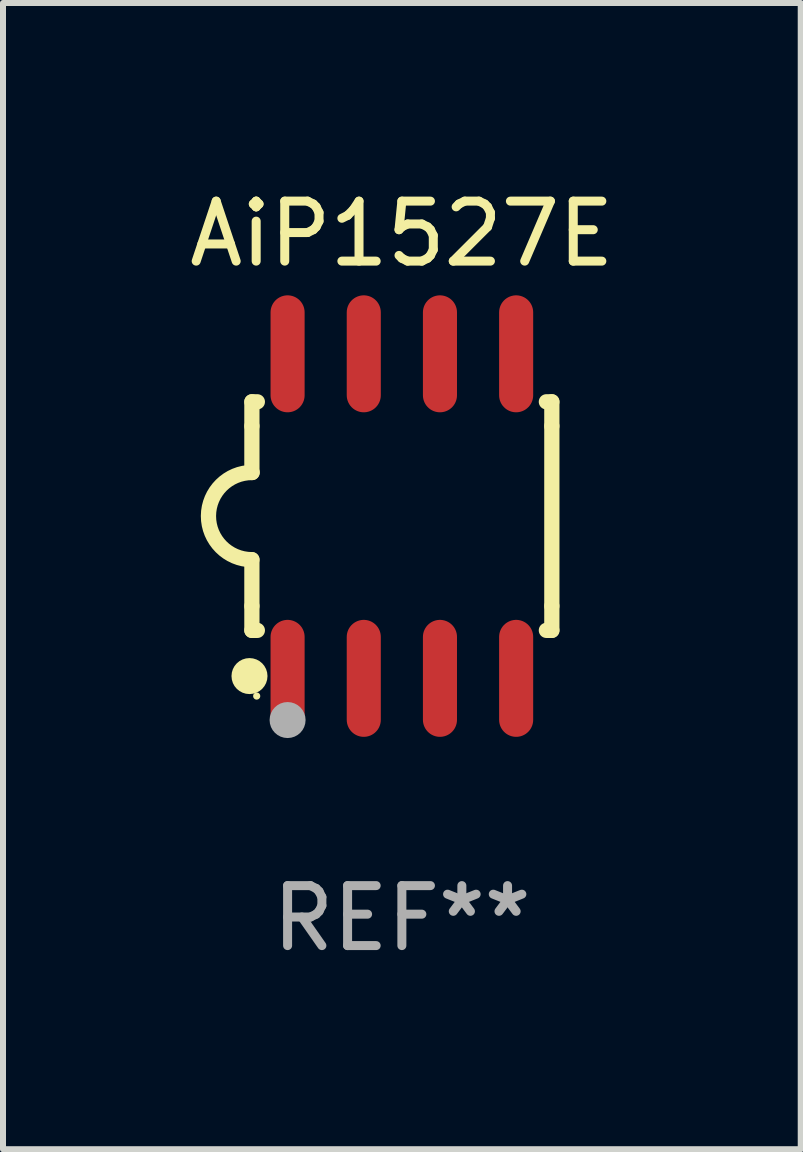
<source format=kicad_pcb>
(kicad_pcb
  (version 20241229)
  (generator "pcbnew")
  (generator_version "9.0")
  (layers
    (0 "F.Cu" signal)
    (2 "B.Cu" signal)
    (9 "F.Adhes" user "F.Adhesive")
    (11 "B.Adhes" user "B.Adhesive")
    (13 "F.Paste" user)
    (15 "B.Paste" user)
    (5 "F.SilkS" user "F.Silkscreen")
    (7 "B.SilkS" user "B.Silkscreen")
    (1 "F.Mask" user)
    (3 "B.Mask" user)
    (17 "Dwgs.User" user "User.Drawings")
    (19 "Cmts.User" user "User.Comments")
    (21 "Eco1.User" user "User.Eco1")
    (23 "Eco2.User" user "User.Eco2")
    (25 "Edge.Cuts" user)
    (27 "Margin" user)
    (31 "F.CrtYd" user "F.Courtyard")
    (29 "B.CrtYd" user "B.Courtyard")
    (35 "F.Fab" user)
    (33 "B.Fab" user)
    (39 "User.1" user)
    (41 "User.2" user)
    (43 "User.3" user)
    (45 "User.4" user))
  (footprint "AiP1527E"
    (layer "F.Cu")
    (at 3.649 5.553)
    (property "Reference" "AiP1527E" (at 0 -4.705 0) (layer "F.SilkS") (effects (font (size 1 1) (thickness 0.15))))
    (attr through_hole)
    (fp_line (start -2.5 -1.905) (end -2.409 -1.905) (stroke (width 0.254) (type solid)) (layer "F.SilkS"))
    (fp_line (start -2.5 -1.5) (end -2.5 -1.905) (stroke (width 0.254) (type solid)) (layer "F.SilkS"))
    (fp_line (start -2.5 -1.5) (end -2.5 -0.726) (stroke (width 0.254) (type solid)) (layer "F.SilkS"))
    (fp_line (start -2.5 1.5) (end -2.5 0.727) (stroke (width 0.254) (type solid)) (layer "F.SilkS"))
    (fp_line (start -2.5 1.5) (end -2.5 1.905) (stroke (width 0.254) (type solid)) (layer "F.SilkS"))
    (fp_line (start -2.5 1.905) (end -2.409 1.905) (stroke (width 0.254) (type solid)) (layer "F.SilkS"))
    (fp_line (start 2.5 -1.905) (end 2.409 -1.905) (stroke (width 0.254) (type solid)) (layer "F.SilkS"))
    (fp_line (start 2.5 -1.5) (end 2.5 -1.905) (stroke (width 0.254) (type solid)) (layer "F.SilkS"))
    (fp_line (start 2.5 -1.5) (end 2.5 1.5) (stroke (width 0.254) (type solid)) (layer "F.SilkS"))
    (fp_line (start 2.5 1.5) (end 2.5 1.905) (stroke (width 0.254) (type solid)) (layer "F.SilkS"))
    (fp_line (start 2.5 1.905) (end 2.409 1.905) (stroke (width 0.254) (type solid)) (layer "F.SilkS"))
    (fp_arc (start -2.5 0.726568) (mid -3.220316 -0.0023) (end -2.495097 -0.726289) (stroke (width 0.254001) (type solid)) (layer "F.SilkS"))
    (fp_circle (center -2.54 2.667) (end -2.39 2.667) (stroke (width 0.3) (type solid)) (fill no) (layer "F.SilkS"))
    (fp_circle (center -2.42 3) (end -2.39 3) (stroke (width 0.06) (type solid)) (fill no) (layer "F.SilkS"))
    (fp_circle (center -1.905 3.4) (end -1.755 3.4) (stroke (width 0.3) (type solid)) (fill no) (layer "F.Fab"))
    (fp_text user "REF**" (at 0 6.705 0) (layer "F.Fab") (effects (font (size 1 1) (thickness 0.15))))
    (pad "1" smd oval (at -1.905 2.705) (size 0.568 1.95) (layers "F.Cu" "F.Mask" "F.Paste"))
    (pad "2" smd oval (at -0.635 2.705) (size 0.568 1.95) (layers "F.Cu" "F.Mask" "F.Paste"))
    (pad "3" smd oval (at 0.635 2.705) (size 0.568 1.95) (layers "F.Cu" "F.Mask" "F.Paste"))
    (pad "4" smd oval (at 1.905 2.705) (size 0.568 1.95) (layers "F.Cu" "F.Mask" "F.Paste"))
    (pad "5" smd oval (at 1.905 -2.705) (size 0.568 1.95) (layers "F.Cu" "F.Mask" "F.Paste"))
    (pad "6" smd oval (at 0.635 -2.705) (size 0.568 1.95) (layers "F.Cu" "F.Mask" "F.Paste"))
    (pad "7" smd oval (at -0.635 -2.705) (size 0.568 1.95) (layers "F.Cu" "F.Mask" "F.Paste"))
    (pad "8" smd oval (at -1.905 -2.705) (size 0.568 1.95) (layers "F.Cu" "F.Mask" "F.Paste")))
  (gr_rect
    (start -3 -3)
    (end 10.298 16.107)
    (stroke (width 0.1) (type default))
    (fill no)
    (layer "Edge.Cuts")))
</source>
